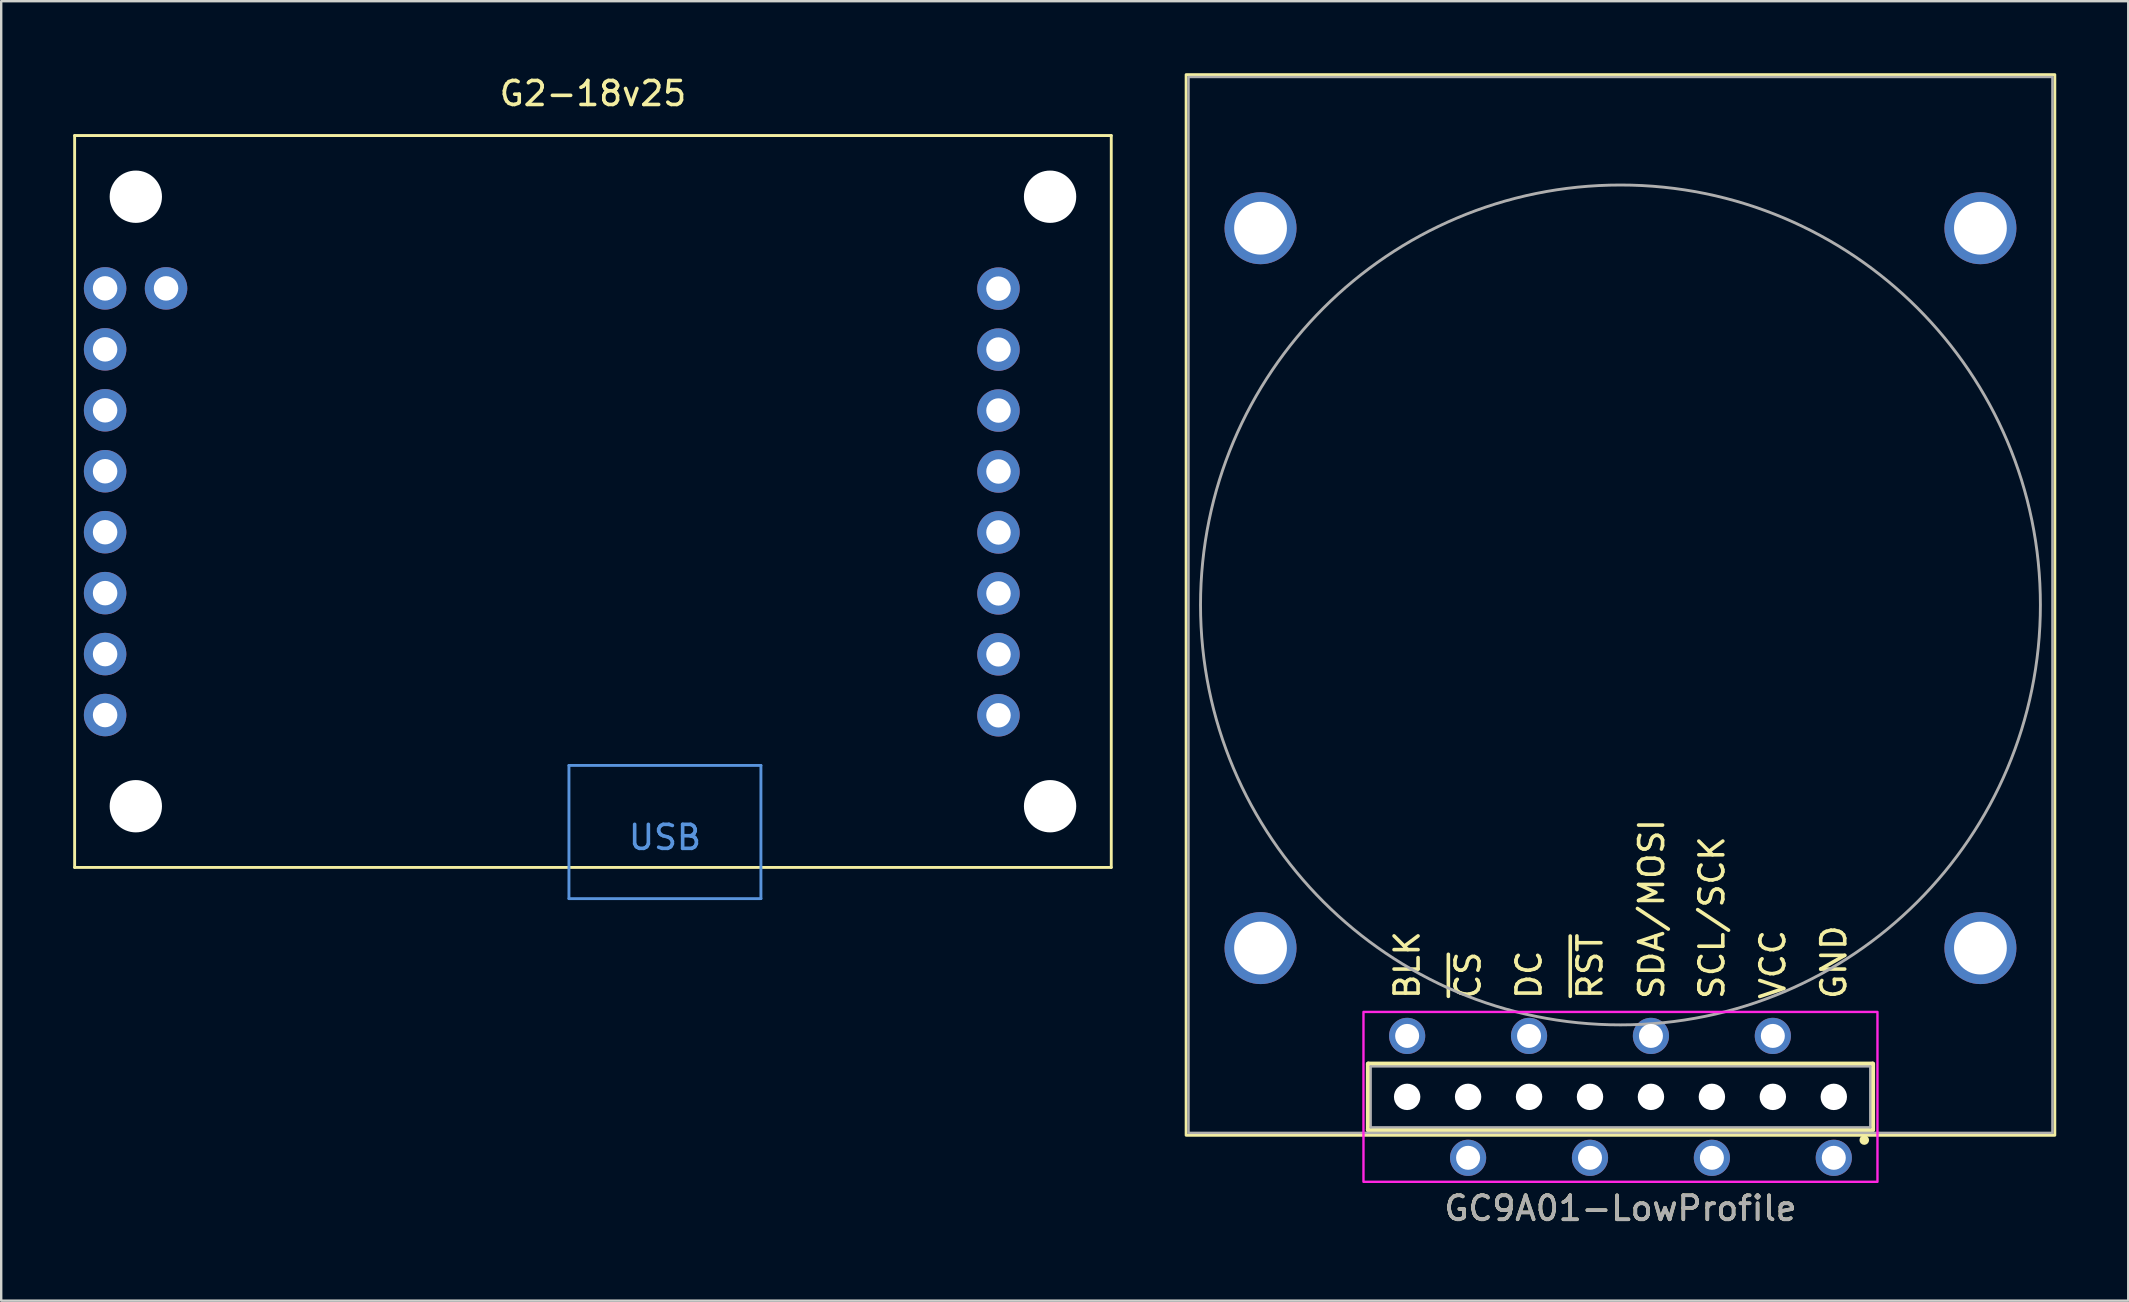
<source format=kicad_pcb>
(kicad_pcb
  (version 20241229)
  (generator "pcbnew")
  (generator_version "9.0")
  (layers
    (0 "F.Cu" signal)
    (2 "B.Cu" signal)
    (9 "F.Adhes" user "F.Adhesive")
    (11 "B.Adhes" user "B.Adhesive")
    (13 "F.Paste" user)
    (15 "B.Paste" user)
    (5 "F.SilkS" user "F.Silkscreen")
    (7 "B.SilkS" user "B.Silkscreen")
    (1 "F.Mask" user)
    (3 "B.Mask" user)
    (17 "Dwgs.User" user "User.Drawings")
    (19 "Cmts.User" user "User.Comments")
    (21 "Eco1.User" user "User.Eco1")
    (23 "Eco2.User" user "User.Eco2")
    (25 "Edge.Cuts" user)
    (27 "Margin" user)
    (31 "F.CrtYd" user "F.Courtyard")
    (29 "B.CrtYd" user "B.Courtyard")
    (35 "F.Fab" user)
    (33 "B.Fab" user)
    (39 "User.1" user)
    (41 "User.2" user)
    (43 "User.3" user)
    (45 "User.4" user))
  (footprint "G2-18v25"
    (layer "F.Cu")
    (at 21.66 17.848)
    (property "Reference" "G2-18v25" (at 0 -17 0) (layer "F.SilkS") (effects (font (size 1 1) (thickness 0.15))))
    (attr through_hole)
    (fp_line (start -21.6 -15.25) (end 21.6 -15.25) (stroke (width 0.12) (type solid)) (layer "F.SilkS"))
    (fp_line (start -21.6 15.25) (end -21.6 -15.25) (stroke (width 0.12) (type solid)) (layer "F.SilkS"))
    (fp_line (start 21.6 -15.25) (end 21.6 15.25) (stroke (width 0.12) (type solid)) (layer "F.SilkS"))
    (fp_line (start 21.6 15.25) (end -21.6 15.25) (stroke (width 0.12) (type solid)) (layer "F.SilkS"))
    (fp_line (start -1 11) (end -1 16.55) (stroke (width 0.12) (type solid)) (layer "Cmts.User"))
    (fp_line (start -1 16.55) (end 7 16.55) (stroke (width 0.12) (type solid)) (layer "Cmts.User"))
    (fp_line (start 7 11) (end -1 11) (stroke (width 0.12) (type solid)) (layer "Cmts.User"))
    (fp_line (start 7 16.55) (end 7 11) (stroke (width 0.12) (type solid)) (layer "Cmts.User"))
    (fp_text user "USB" (at 3 14 0) (layer "Cmts.User") (effects (font (size 1 1) (thickness 0.15))))
    (pad "" np_thru_hole circle (at -19.05 -12.7) (size 2.18 2.18) (drill 2.18) (layers "*.Cu" "*.Mask"))
    (pad "" np_thru_hole circle (at -19.05 12.7) (size 2.18 2.18) (drill 2.18) (layers "*.Cu" "*.Mask"))
    (pad "" np_thru_hole circle (at 19.05 -12.7) (size 2.18 2.18) (drill 2.18) (layers "*.Cu" "*.Mask"))
    (pad "" np_thru_hole circle (at 19.05 12.7) (size 2.18 2.18) (drill 2.18) (layers "*.Cu" "*.Mask"))
    (pad "1" thru_hole circle (at -20.33 8.9) (size 1.77 1.77) (drill 1.02) (layers "*.Cu" "*.Mask"))
    (pad "1" thru_hole circle (at -17.79 -8.88) (size 1.77 1.77) (drill 1.02) (layers "*.Cu" "*.Mask"))
    (pad "2" thru_hole circle (at -20.33 -8.88) (size 1.77 1.77) (drill 1.02) (layers "*.Cu" "*.Mask"))
    (pad "3" thru_hole circle (at -20.33 -6.34) (size 1.77 1.77) (drill 1.02) (layers "*.Cu" "*.Mask"))
    (pad "4" thru_hole circle (at -20.33 -3.8) (size 1.77 1.77) (drill 1.02) (layers "*.Cu" "*.Mask"))
    (pad "5" thru_hole circle (at -20.33 -1.26) (size 1.77 1.77) (drill 1.02) (layers "*.Cu" "*.Mask"))
    (pad "6" thru_hole circle (at -20.33 1.28) (size 1.77 1.77) (drill 1.02) (layers "*.Cu" "*.Mask"))
    (pad "7" thru_hole circle (at -20.33 3.82) (size 1.77 1.77) (drill 1.02) (layers "*.Cu" "*.Mask"))
    (pad "8" thru_hole circle (at -20.33 6.36) (size 1.77 1.77) (drill 1.02) (layers "*.Cu" "*.Mask"))
    (pad "9" thru_hole circle (at 16.9 -8.87) (size 1.77 1.77) (drill 1.02) (layers "*.Cu" "*.Mask"))
    (pad "9" thru_hole circle (at 16.9 -6.33) (size 1.77 1.77) (drill 1.02) (layers "*.Cu" "*.Mask"))
    (pad "10" thru_hole circle (at 16.9 -3.79) (size 1.77 1.77) (drill 1.02) (layers "*.Cu" "*.Mask"))
    (pad "10" thru_hole circle (at 16.9 -1.25) (size 1.77 1.77) (drill 1.02) (layers "*.Cu" "*.Mask"))
    (pad "11" thru_hole circle (at 16.9 1.29) (size 1.77 1.77) (drill 1.02) (layers "*.Cu" "*.Mask"))
    (pad "11" thru_hole circle (at 16.9 3.83) (size 1.77 1.77) (drill 1.02) (layers "*.Cu" "*.Mask"))
    (pad "12" thru_hole circle (at 16.9 6.37) (size 1.77 1.77) (drill 1.02) (layers "*.Cu" "*.Mask"))
    (pad "12" thru_hole circle (at 16.9 8.91) (size 1.77 1.77) (drill 1.02) (layers "*.Cu" "*.Mask")))
  (footprint "GC9A01-LowProfile"
    (layer "F.Cu")
    (at 64.48 22.16)
    (property "Reference" "GC9A01-LowProfile" (at 0 25.146 0) (unlocked yes) (layer "F.SilkS") (effects (font (size 1 1) (thickness 0.15))))
    (attr through_hole)
    (fp_line (start -10.51 19.13) (end 10.51 19.13) (stroke (width 0.2) (type solid)) (layer "F.SilkS"))
    (fp_line (start -10.51 21.87) (end -10.51 19.13) (stroke (width 0.2) (type solid)) (layer "F.SilkS"))
    (fp_line (start 10.51 19.13) (end 10.51 21.87) (stroke (width 0.2) (type solid)) (layer "F.SilkS"))
    (fp_line (start 10.51 21.87) (end -10.51 21.87) (stroke (width 0.2) (type solid)) (layer "F.SilkS"))
    (fp_rect (start -18.1 -22.1) (end 18.1 22.1) (stroke (width 0.12) (type solid)) (fill no) (layer "F.SilkS"))
    (fp_circle (center 10.16 22.3) (end 10.06 22.3) (stroke (width 0.2) (type solid)) (fill no) (layer "F.SilkS"))
    (fp_poly (pts (xy -10.71 16.96) (xy 10.71 16.96) (xy 10.71 24.04) (xy -10.71 24.04)) (stroke (width 0.1) (type solid)) (fill no) (layer "F.CrtYd"))
    (fp_line (start -10.41 19.23) (end 10.41 19.23) (stroke (width 0.1) (type solid)) (layer "F.Fab"))
    (fp_line (start -10.41 21.77) (end -10.41 19.23) (stroke (width 0.1) (type solid)) (layer "F.Fab"))
    (fp_line (start 10.41 19.23) (end 10.41 21.77) (stroke (width 0.1) (type solid)) (layer "F.Fab"))
    (fp_line (start 10.41 21.77) (end -10.41 21.77) (stroke (width 0.1) (type solid)) (layer "F.Fab"))
    (fp_rect (start -18 -22) (end 18 22) (stroke (width 0.1) (type solid)) (fill no) (layer "F.Fab"))
    (fp_circle (center 0 0) (end 17.5 0) (stroke (width 0.12) (type solid)) (fill no) (layer "F.Fab"))
    (fp_text user "SDA/MOSI" (at 1.3 16.51 90) (unlocked yes) (layer "F.SilkS") (effects (font (size 1 1) (thickness 0.15)) (justify left)))
    (fp_text user "GND" (at 8.89 16.51 90) (unlocked yes) (layer "F.SilkS") (effects (font (size 1 1) (thickness 0.15)) (justify left)))
    (fp_text user "VCC" (at 6.35 16.51 90) (unlocked yes) (layer "F.SilkS") (effects (font (size 1 1) (thickness 0.15)) (justify left)))
    (fp_text user "BLK" (at -8.89 16.51 90) (unlocked yes) (layer "F.SilkS") (effects (font (size 1 1) (thickness 0.15)) (justify left)))
    (fp_text user "SCL/SCK" (at 3.81 16.51 90) (unlocked yes) (layer "F.SilkS") (effects (font (size 1 1) (thickness 0.15)) (justify left)))
    (fp_text user "~{CS}" (at -6.35 16.51 90) (unlocked yes) (layer "F.SilkS") (effects (font (size 1 1) (thickness 0.15)) (justify left)))
    (fp_text user "~{RST}" (at -1.27 16.51 90) (unlocked yes) (layer "F.SilkS") (effects (font (size 1 1) (thickness 0.15)) (justify left)))
    (fp_text user "DC" (at -3.81 16.51 90) (unlocked yes) (layer "F.SilkS") (effects (font (size 1 1) (thickness 0.15)) (justify left)))
    (fp_text user "${REFERENCE}" (at 0 25.146 0) (unlocked yes) (layer "F.Fab") (effects (font (size 1 1) (thickness 0.15))))
    (pad "" np_thru_hole oval (at -15 -15.7) (size 3 3) (drill 2.2) (layers "*.Cu" "*.Mask"))
    (pad "" np_thru_hole oval (at -15 14.3) (size 3 3) (drill 2.2) (layers "*.Cu" "*.Mask"))
    (pad "" np_thru_hole circle (at -8.89 20.5 180) (size 1.1 1.1) (drill 1.1) (layers "*.Cu" "*.Mask"))
    (pad "" np_thru_hole circle (at -6.35 20.5 180) (size 1.1 1.1) (drill 1.1) (layers "*.Cu" "*.Mask"))
    (pad "" np_thru_hole circle (at -3.81 20.5 180) (size 1.1 1.1) (drill 1.1) (layers "*.Cu" "*.Mask"))
    (pad "" np_thru_hole circle (at -1.27 20.5 180) (size 1.1 1.1) (drill 1.1) (layers "*.Cu" "*.Mask"))
    (pad "" np_thru_hole circle (at 1.27 20.5 180) (size 1.1 1.1) (drill 1.1) (layers "*.Cu" "*.Mask"))
    (pad "" np_thru_hole circle (at 3.81 20.5 180) (size 1.1 1.1) (drill 1.1) (layers "*.Cu" "*.Mask"))
    (pad "" np_thru_hole circle (at 6.35 20.5 180) (size 1.1 1.1) (drill 1.1) (layers "*.Cu" "*.Mask"))
    (pad "" np_thru_hole circle (at 8.89 20.5 180) (size 1.1 1.1) (drill 1.1) (layers "*.Cu" "*.Mask"))
    (pad "" np_thru_hole oval (at 15 -15.7) (size 3 3) (drill 2.2) (layers "*.Cu" "*.Mask"))
    (pad "" np_thru_hole oval (at 15 14.3) (size 3 3) (drill 2.2) (layers "*.Cu" "*.Mask"))
    (pad "1" thru_hole circle (at 8.89 23.04 180) (size 1.508 1.508) (drill 1) (layers "*.Cu" "*.Mask"))
    (pad "2" thru_hole circle (at 6.35 17.96 180) (size 1.508 1.508) (drill 1) (layers "*.Cu" "*.Mask"))
    (pad "3" thru_hole circle (at 3.81 23.04 180) (size 1.508 1.508) (drill 1) (layers "*.Cu" "*.Mask"))
    (pad "4" thru_hole circle (at 1.27 17.96 180) (size 1.508 1.508) (drill 1) (layers "*.Cu" "*.Mask"))
    (pad "5" thru_hole circle (at -1.27 23.04 180) (size 1.508 1.508) (drill 1) (layers "*.Cu" "*.Mask"))
    (pad "6" thru_hole circle (at -3.81 17.96 180) (size 1.508 1.508) (drill 1) (layers "*.Cu" "*.Mask"))
    (pad "7" thru_hole circle (at -6.35 23.04 180) (size 1.508 1.508) (drill 1) (layers "*.Cu" "*.Mask"))
    (pad "8" thru_hole circle (at -8.89 17.96 180) (size 1.508 1.508) (drill 1) (layers "*.Cu" "*.Mask")))
  (gr_rect
    (start -3 -3)
    (end 85.64 51.154)
    (stroke (width 0.1) (type default))
    (fill no)
    (layer "Edge.Cuts")))
</source>
